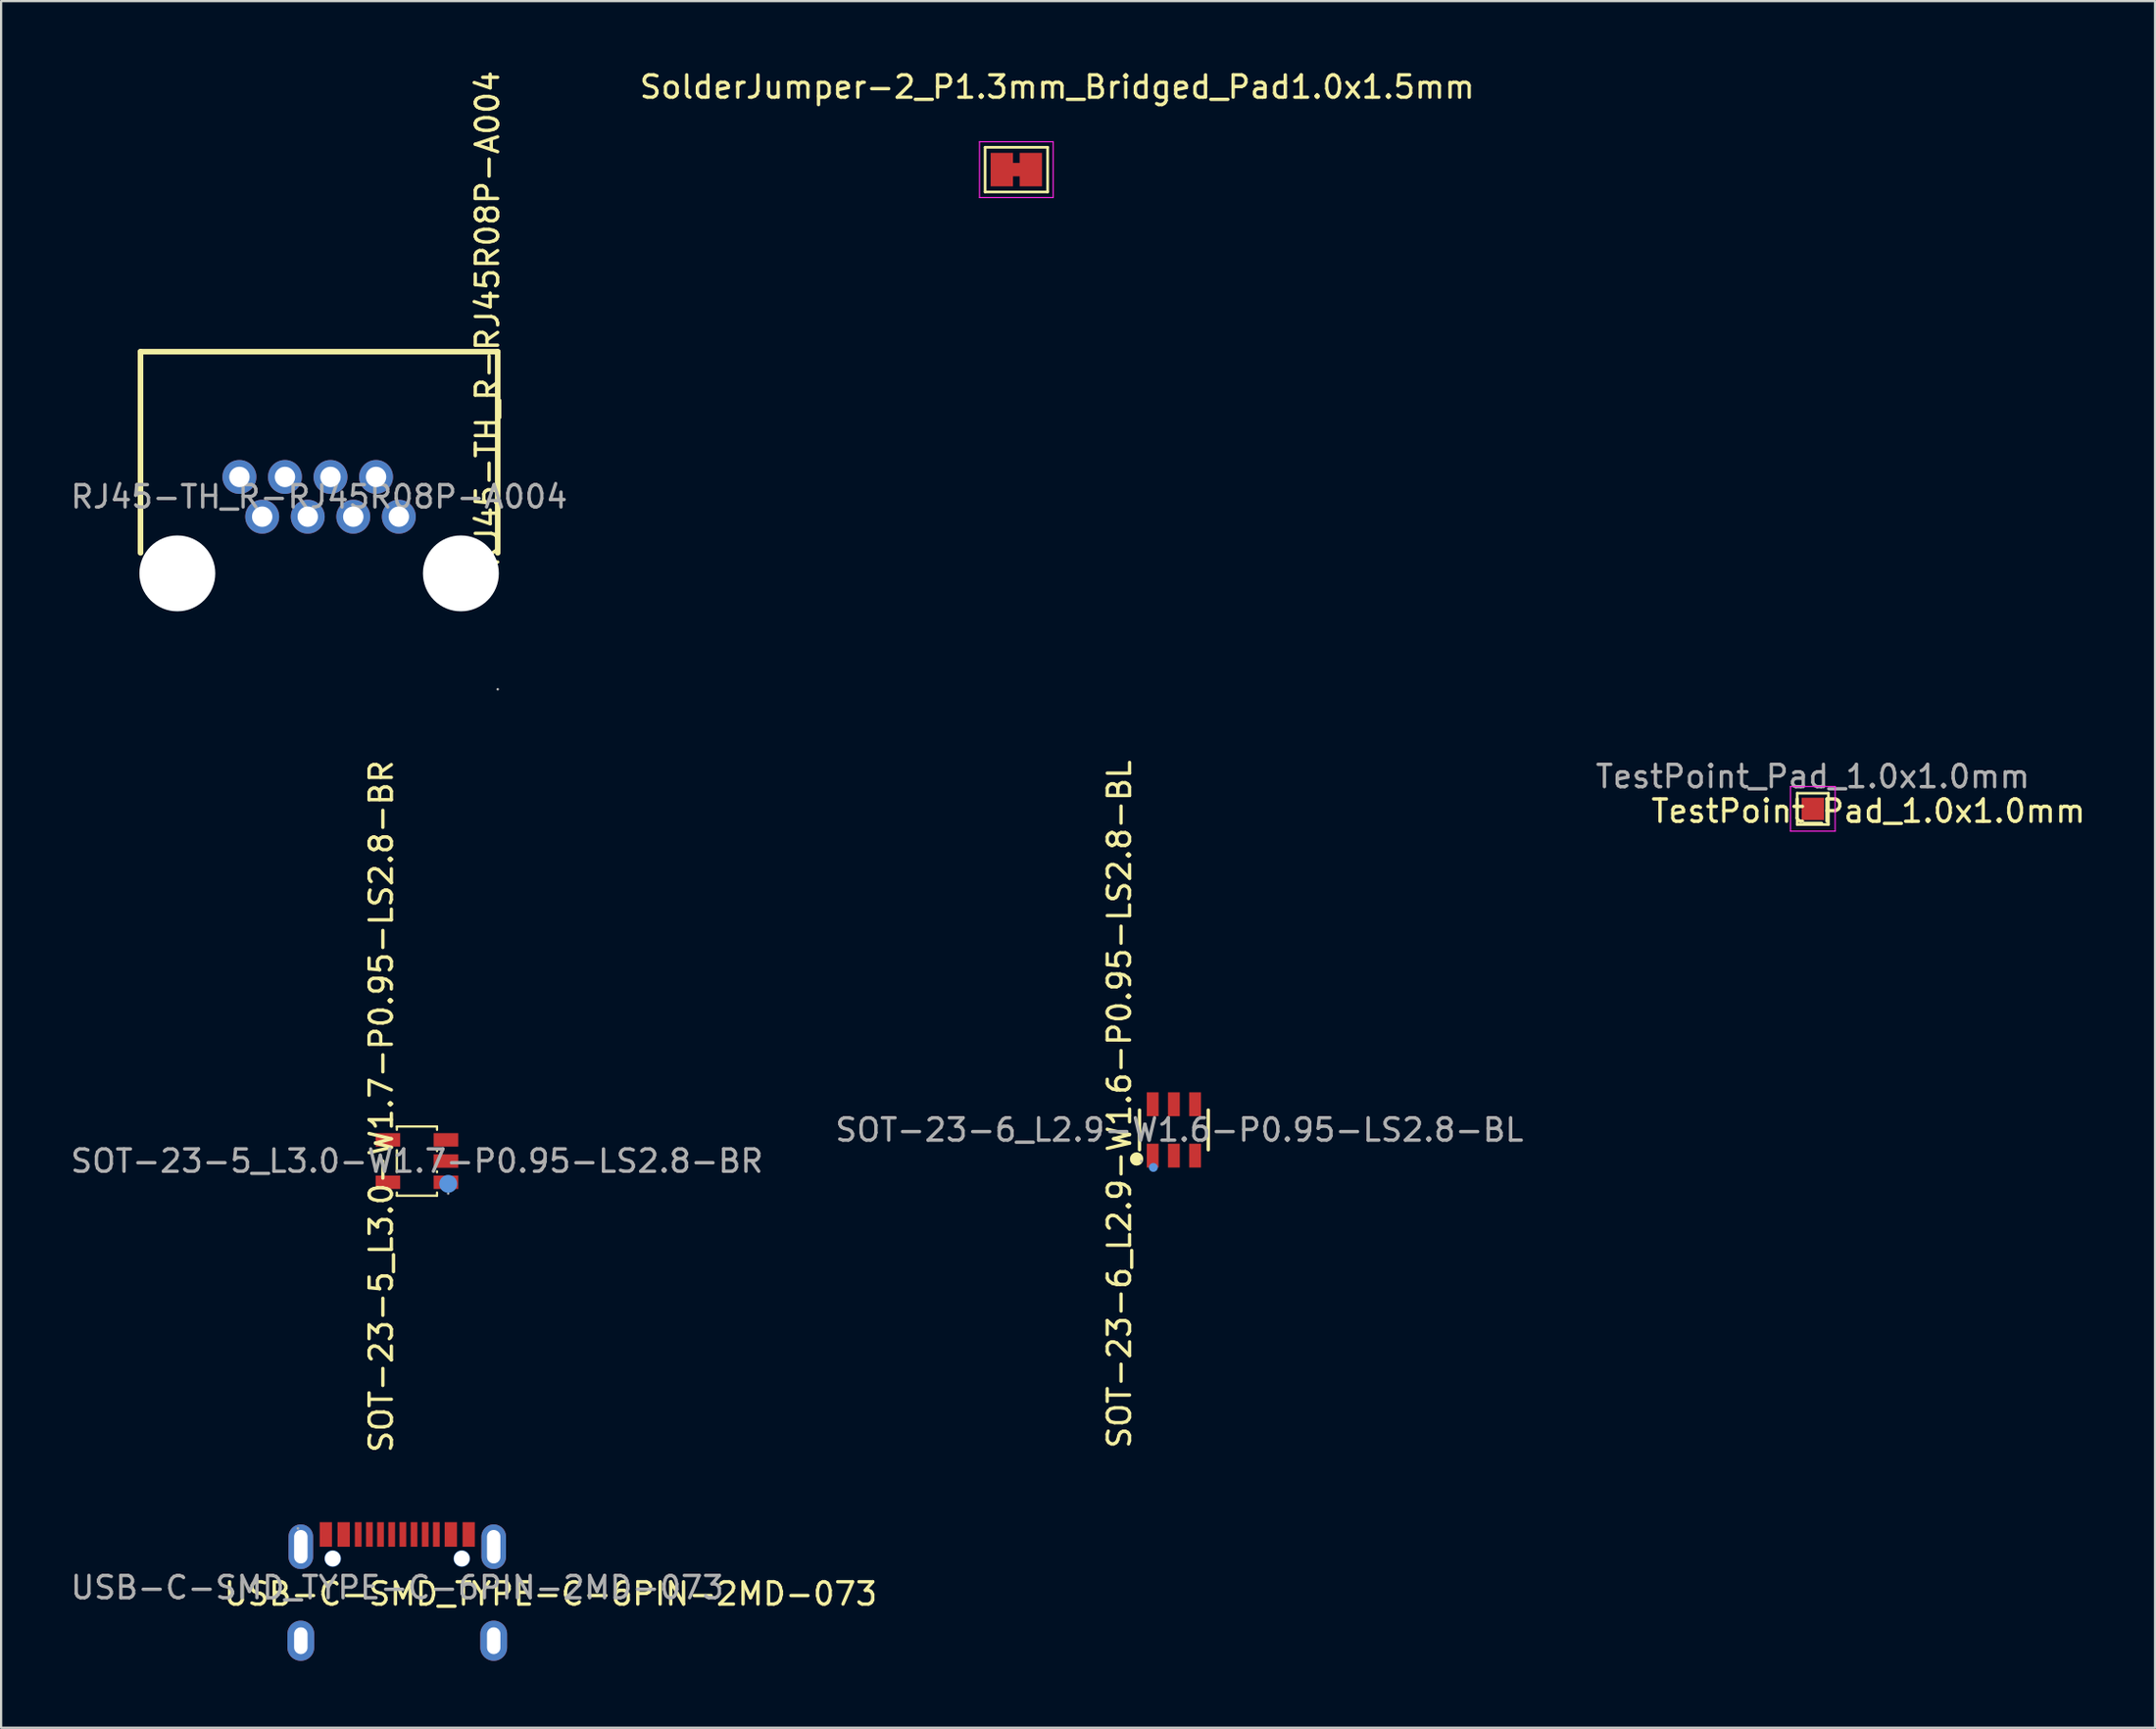
<source format=kicad_pcb>
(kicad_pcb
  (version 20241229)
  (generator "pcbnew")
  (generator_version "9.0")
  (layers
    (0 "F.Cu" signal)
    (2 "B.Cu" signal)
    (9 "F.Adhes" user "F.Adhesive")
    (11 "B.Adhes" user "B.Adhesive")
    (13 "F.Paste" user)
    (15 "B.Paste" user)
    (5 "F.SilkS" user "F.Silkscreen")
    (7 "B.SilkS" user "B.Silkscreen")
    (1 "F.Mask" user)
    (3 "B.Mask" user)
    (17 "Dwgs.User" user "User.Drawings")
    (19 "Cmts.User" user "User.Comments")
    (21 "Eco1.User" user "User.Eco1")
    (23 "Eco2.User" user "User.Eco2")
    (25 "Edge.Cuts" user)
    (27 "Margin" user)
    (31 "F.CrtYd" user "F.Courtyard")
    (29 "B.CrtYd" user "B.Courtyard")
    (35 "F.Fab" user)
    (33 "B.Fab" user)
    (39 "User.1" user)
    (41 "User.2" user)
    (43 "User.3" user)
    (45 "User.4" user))
  (footprint "SOT-23-5_L3.0-W1.7-P0.95-LS2.8-BR"
    (layer "F.Cu")
    (at 15.625 48.959)
    (property "Reference" "SOT-23-5_L3.0-W1.7-P0.95-LS2.8-BR" (at -1.6 -2.45 90) (layer "F.SilkS") (effects (font (size 1 1) (thickness 0.15))))
    (attr smd)
    (fp_line (start -0.9 -1.55) (end -0.9 -1.4) (stroke (width 0.1) (type solid)) (layer "F.SilkS"))
    (fp_line (start -0.9 -1.55) (end 0.9 -1.55) (stroke (width 0.1) (type solid)) (layer "F.SilkS"))
    (fp_line (start -0.9 -0.49) (end -0.9 0.5) (stroke (width 0.1) (type solid)) (layer "F.SilkS"))
    (fp_line (start -0.9 1.41) (end -0.9 1.55) (stroke (width 0.1) (type solid)) (layer "F.SilkS"))
    (fp_line (start -0.9 1.55) (end 0.9 1.55) (stroke (width 0.1) (type solid)) (layer "F.SilkS"))
    (fp_line (start 0.9 -1.55) (end 0.9 -1.4) (stroke (width 0.1) (type solid)) (layer "F.SilkS"))
    (fp_line (start 0.9 -0.49) (end 0.9 -0.45) (stroke (width 0.1) (type solid)) (layer "F.SilkS"))
    (fp_line (start 0.9 0.46) (end 0.9 0.5) (stroke (width 0.1) (type solid)) (layer "F.SilkS"))
    (fp_line (start 0.9 1.41) (end 0.9 1.55) (stroke (width 0.1) (type solid)) (layer "F.SilkS"))
    (fp_circle (center 1.4 1.02) (end 1.6 1.02) (stroke (width 0.4) (type solid)) (fill no) (layer "Cmts.User"))
    (fp_circle (center 1.4 1.45) (end 1.43 1.45) (stroke (width 0.06) (type solid)) (fill no) (layer "F.Fab"))
    (fp_text user "${REFERENCE}" (at 0 0 0) (layer "F.Fab") (effects (font (size 1 1) (thickness 0.15))))
    (pad "1" smd rect (at 1.3 0.95) (size 1.1 0.6) (layers "F.Cu" "F.Mask" "F.Paste"))
    (pad "2" smd rect (at 1.3 0) (size 1.1 0.6) (layers "F.Cu" "F.Mask" "F.Paste"))
    (pad "3" smd rect (at 1.3 -0.95) (size 1.1 0.6) (layers "F.Cu" "F.Mask" "F.Paste"))
    (pad "4" smd rect (at -1.3 -0.95) (size 1.1 0.6) (layers "F.Cu" "F.Mask" "F.Paste"))
    (pad "5" smd rect (at -1.3 0.95) (size 1.1 0.6) (layers "F.Cu" "F.Mask" "F.Paste")))
  (footprint "USB-C-SMD_TYPE-C-6PIN-2MD-073"
    (layer "F.Cu")
    (at 14.744 68.064)
    (property "Reference" "USB-C-SMD_TYPE-C-6PIN-2MD-073" (at 6.87 0.282 180) (layer "F.SilkS") (effects (font (size 1 1) (thickness 0.15))))
    (attr smd)
    (fp_circle (center -2.89 -1.3) (end -2.77 -1.3) (stroke (width 0.25) (type solid)) (fill no) (layer "Cmts.User"))
    (fp_circle (center 2.89 -1.3) (end 3.01 -1.3) (stroke (width 0.25) (type solid)) (fill no) (layer "Cmts.User"))
    (fp_circle (center -4.45 -2.65) (end -4.42 -2.65) (stroke (width 0.06) (type solid)) (fill no) (layer "F.Fab"))
    (fp_text user "${REFERENCE}" (at 0 0 180) (layer "F.Fab") (effects (font (size 1 1) (thickness 0.15))))
    (pad "" np_thru_hole circle (at -2.89 -1.3) (size 0.7 0.7) (drill 0.7) (layers "*.Cu" "*.Mask"))
    (pad "" np_thru_hole circle (at 2.89 -1.3) (size 0.7 0.7) (drill 0.7) (layers "*.Cu" "*.Mask"))
    (pad "1" smd rect (at -3.2 -2.38) (size 0.55 1.1) (layers "F.Cu" "F.Mask" "F.Paste"))
    (pad "2" smd rect (at -2.4 -2.38) (size 0.55 1.1) (layers "F.Cu" "F.Mask" "F.Paste"))
    (pad "3" smd rect (at -1.75 -2.38) (size 0.3 1.1) (layers "F.Cu" "F.Mask" "F.Paste"))
    (pad "4" smd rect (at -1.25 -2.38) (size 0.3 1.1) (layers "F.Cu" "F.Mask" "F.Paste"))
    (pad "5" smd rect (at -0.75 -2.38) (size 0.3 1.1) (layers "F.Cu" "F.Mask" "F.Paste"))
    (pad "6" smd rect (at -0.25 -2.38) (size 0.3 1.1) (layers "F.Cu" "F.Mask" "F.Paste"))
    (pad "7" smd rect (at 0.25 -2.38) (size 0.3 1.1) (layers "F.Cu" "F.Mask" "F.Paste"))
    (pad "8" smd rect (at 0.75 -2.38) (size 0.3 1.1) (layers "F.Cu" "F.Mask" "F.Paste"))
    (pad "9" smd rect (at 1.25 -2.38) (size 0.3 1.1) (layers "F.Cu" "F.Mask" "F.Paste"))
    (pad "10" smd rect (at 1.75 -2.38) (size 0.3 1.1) (layers "F.Cu" "F.Mask" "F.Paste"))
    (pad "11" smd rect (at 2.4 -2.38) (size 0.55 1.1) (layers "F.Cu" "F.Mask" "F.Paste"))
    (pad "12" smd rect (at 3.2 -2.38) (size 0.55 1.1) (layers "F.Cu" "F.Mask" "F.Paste"))
    (pad "13" thru_hole oval (at -4.32 -1.83) (size 1.1 2) (drill oval 0.6 1.5) (layers "*.Cu" "*.Mask"))
    (pad "13" thru_hole oval (at -4.32 2.38) (size 1.2 1.8) (drill oval 0.6 1.2) (layers "*.Cu" "*.Mask"))
    (pad "14" thru_hole oval (at 4.32 -1.83) (size 1.1 2) (drill oval 0.6 1.5) (layers "*.Cu" "*.Mask"))
    (pad "14" thru_hole oval (at 4.32 2.38) (size 1.2 1.8) (drill oval 0.6 1.2) (layers "*.Cu" "*.Mask")))
  (footprint "SOT-23-6_L2.9-W1.6-P0.95-LS2.8-BL"
    (layer "F.Cu")
    (at 49.53 47.564)
    (property "Reference" "SOT-23-6_L2.9-W1.6-P0.95-LS2.8-BL" (at -2.44 -1.15 270) (layer "F.SilkS") (effects (font (size 1 1) (thickness 0.15))))
    (attr smd)
    (fp_line (start -1.54 0.89) (end -1.54 -0.89) (stroke (width 0.15) (type solid)) (layer "F.SilkS"))
    (fp_line (start 1.54 0.89) (end 1.54 -0.89) (stroke (width 0.15) (type solid)) (layer "F.SilkS"))
    (fp_circle (center -1.67 1.3) (end -1.52 1.3) (stroke (width 0.3) (type solid)) (fill no) (layer "F.SilkS"))
    (fp_circle (center -0.92 1.68) (end -0.82 1.68) (stroke (width 0.2) (type solid)) (fill no) (layer "Cmts.User"))
    (fp_circle (center -1.46 1.4) (end -1.43 1.4) (stroke (width 0.06) (type solid)) (fill no) (layer "F.Fab"))
    (fp_text user "${REFERENCE}" (at 0.25 0 180) (layer "F.Fab") (effects (font (size 1 1) (thickness 0.15))))
    (pad "1" smd rect (at -0.95 1.15) (size 0.53 1.07) (layers "F.Cu" "F.Mask" "F.Paste"))
    (pad "2" smd rect (at 0 1.15) (size 0.53 1.07) (layers "F.Cu" "F.Mask" "F.Paste"))
    (pad "3" smd rect (at 0.95 1.15) (size 0.53 1.07) (layers "F.Cu" "F.Mask" "F.Paste"))
    (pad "4" smd rect (at 0.95 -1.15) (size 0.53 1.07) (layers "F.Cu" "F.Mask" "F.Paste"))
    (pad "5" smd rect (at 0 -1.15) (size 0.53 1.07) (layers "F.Cu" "F.Mask" "F.Paste"))
    (pad "6" smd rect (at -0.95 -1.15) (size 0.53 1.07) (layers "F.Cu" "F.Mask" "F.Paste")))
  (footprint "TestPoint_Pad_1.0x1.0mm"
    (layer "F.Cu")
    (at 78.149 33.182)
    (property "Reference" "TestPoint_Pad_1.0x1.0mm" (at 2.49 0.1 0) (layer "F.SilkS") (effects (font (size 1 1) (thickness 0.15))))
    (attr exclude_from_pos_files)
    (fp_line (start -0.7 -0.7) (end 0.7 -0.7) (stroke (width 0.12) (type solid)) (layer "F.SilkS"))
    (fp_line (start -0.7 0.7) (end -0.7 -0.7) (stroke (width 0.12) (type solid)) (layer "F.SilkS"))
    (fp_line (start 0.7 -0.7) (end 0.7 0.7) (stroke (width 0.12) (type solid)) (layer "F.SilkS"))
    (fp_line (start 0.7 0.7) (end -0.7 0.7) (stroke (width 0.12) (type solid)) (layer "F.SilkS"))
    (fp_line (start -1 -1) (end -1 1) (stroke (width 0.05) (type solid)) (layer "F.CrtYd"))
    (fp_line (start -1 -1) (end 1 -1) (stroke (width 0.05) (type solid)) (layer "F.CrtYd"))
    (fp_line (start 1 1) (end -1 1) (stroke (width 0.05) (type solid)) (layer "F.CrtYd"))
    (fp_line (start 1 1) (end 1 -1) (stroke (width 0.05) (type solid)) (layer "F.CrtYd"))
    (fp_text user "${REFERENCE}" (at 0 -1.45 0) (layer "F.Fab") (effects (font (size 1 1) (thickness 0.15))))
    (pad "1" smd rect (at 0 0) (size 1 1) (layers "F.Cu" "F.Mask")))
  (footprint "RJ45-TH_R-RJ45R08P-A004"
    (layer "F.Cu")
    (at 11.244 19.204)
    (property "Reference" "RJ45-TH_R-RJ45R08P-A004" (at 7.54 -7.96 90) (layer "F.SilkS") (effects (font (size 1 1) (thickness 0.15))))
    (attr through_hole)
    (fp_line (start -8 -6.5) (end 8 -6.5) (stroke (width 0.25) (type solid)) (layer "F.SilkS"))
    (fp_line (start -8 2.51) (end -8 -6.5) (stroke (width 0.25) (type solid)) (layer "F.SilkS"))
    (fp_line (start 8 -6.5) (end 8 2.51) (stroke (width 0.25) (type solid)) (layer "F.SilkS"))
    (fp_circle (center -6.35 3.43) (end -5.55 3.43) (stroke (width 1.6) (type solid)) (fill no) (layer "Cmts.User"))
    (fp_circle (center 6.35 3.43) (end 7.15 3.43) (stroke (width 1.6) (type solid)) (fill no) (layer "Cmts.User"))
    (fp_circle (center -3.57 -0.89) (end -3.45 -0.89) (stroke (width 0.25) (type solid)) (fill no) (layer "F.Fab"))
    (fp_circle (center -2.55 0.89) (end -2.43 0.89) (stroke (width 0.25) (type solid)) (fill no) (layer "F.Fab"))
    (fp_circle (center -1.53 -0.89) (end -1.41 -0.89) (stroke (width 0.25) (type solid)) (fill no) (layer "F.Fab"))
    (fp_circle (center -0.51 0.89) (end -0.39 0.89) (stroke (width 0.25) (type solid)) (fill no) (layer "F.Fab"))
    (fp_circle (center 0.51 -0.89) (end 0.63 -0.89) (stroke (width 0.25) (type solid)) (fill no) (layer "F.Fab"))
    (fp_circle (center 1.53 0.89) (end 1.65 0.89) (stroke (width 0.25) (type solid)) (fill no) (layer "F.Fab"))
    (fp_circle (center 2.55 -0.89) (end 2.67 -0.89) (stroke (width 0.25) (type solid)) (fill no) (layer "F.Fab"))
    (fp_circle (center 3.57 0.89) (end 3.69 0.89) (stroke (width 0.25) (type solid)) (fill no) (layer "F.Fab"))
    (fp_circle (center 8 8.62) (end 8.03 8.62) (stroke (width 0.06) (type solid)) (fill no) (layer "F.Fab"))
    (fp_text user "${REFERENCE}" (at 0 0 180) (layer "F.Fab") (effects (font (size 1 1) (thickness 0.15))))
    (pad "" np_thru_hole circle (at -6.35 3.43) (size 3.4 3.4) (drill 3.4) (layers "*.Cu" "*.Mask"))
    (pad "" np_thru_hole circle (at 6.35 3.43) (size 3.4 3.4) (drill 3.4) (layers "*.Cu" "*.Mask"))
    (pad "1" thru_hole circle (at 3.57 0.89) (size 1.52 1.52) (drill 0.914) (layers "*.Cu" "*.Mask"))
    (pad "2" thru_hole circle (at 2.55 -0.89) (size 1.52 1.52) (drill 0.914) (layers "*.Cu" "*.Mask"))
    (pad "3" thru_hole circle (at 1.53 0.89) (size 1.52 1.52) (drill 0.914) (layers "*.Cu" "*.Mask"))
    (pad "4" thru_hole circle (at 0.51 -0.89) (size 1.52 1.52) (drill 0.914) (layers "*.Cu" "*.Mask"))
    (pad "5" thru_hole circle (at -0.51 0.89) (size 1.52 1.52) (drill 0.914) (layers "*.Cu" "*.Mask"))
    (pad "6" thru_hole circle (at -1.53 -0.89) (size 1.52 1.52) (drill 0.914) (layers "*.Cu" "*.Mask"))
    (pad "7" thru_hole circle (at -2.55 0.89) (size 1.52 1.52) (drill 0.914) (layers "*.Cu" "*.Mask"))
    (pad "8" thru_hole circle (at -3.57 -0.89) (size 1.52 1.52) (drill 0.914) (layers "*.Cu" "*.Mask")))
  (footprint "SolderJumper-2_P1.3mm_Bridged_Pad1.0x1.5mm"
    (layer "F.Cu")
    (at 42.474 4.548)
    (property "Reference" "SolderJumper-2_P1.3mm_Bridged_Pad1.0x1.5mm" (at 1.83 -3.7 180) (layer "F.SilkS") (effects (font (size 1 1) (thickness 0.15))))
    (attr exclude_from_pos_files exclude_from_bom allow_soldermask_bridges)
    (fp_poly (pts (xy -0.25 -0.3) (xy 0.25 -0.3) (xy 0.25 0.3) (xy -0.25 0.3)) (stroke (width 0) (type solid)) (fill yes) (layer "F.Cu"))
    (fp_rect (start -0.15 -0.75) (end 0.15 0.75) (stroke (width 0) (type default)) (fill yes) (layer "F.Mask"))
    (fp_line (start -1.4 -1) (end 1.4 -1) (stroke (width 0.12) (type solid)) (layer "F.SilkS"))
    (fp_line (start -1.4 1) (end -1.4 -1) (stroke (width 0.12) (type solid)) (layer "F.SilkS"))
    (fp_line (start 1.4 -1) (end 1.4 1) (stroke (width 0.12) (type solid)) (layer "F.SilkS"))
    (fp_line (start 1.4 1) (end -1.4 1) (stroke (width 0.12) (type solid)) (layer "F.SilkS"))
    (fp_line (start -1.65 -1.25) (end -1.65 1.25) (stroke (width 0.05) (type solid)) (layer "F.CrtYd"))
    (fp_line (start -1.65 -1.25) (end 1.65 -1.25) (stroke (width 0.05) (type solid)) (layer "F.CrtYd"))
    (fp_line (start 1.65 1.25) (end -1.65 1.25) (stroke (width 0.05) (type solid)) (layer "F.CrtYd"))
    (fp_line (start 1.65 1.25) (end 1.65 -1.25) (stroke (width 0.05) (type solid)) (layer "F.CrtYd"))
    (pad "1" smd rect (at -0.65 0) (size 1 1.5) (layers "F.Cu" "F.Mask"))
    (pad "2" smd rect (at 0.65 0) (size 1 1.5) (layers "F.Cu" "F.Mask")))
  (gr_rect
    (start -3 -3)
    (end 93.478 74.344)
    (stroke (width 0.1) (type default))
    (fill no)
    (layer "Edge.Cuts")))
</source>
